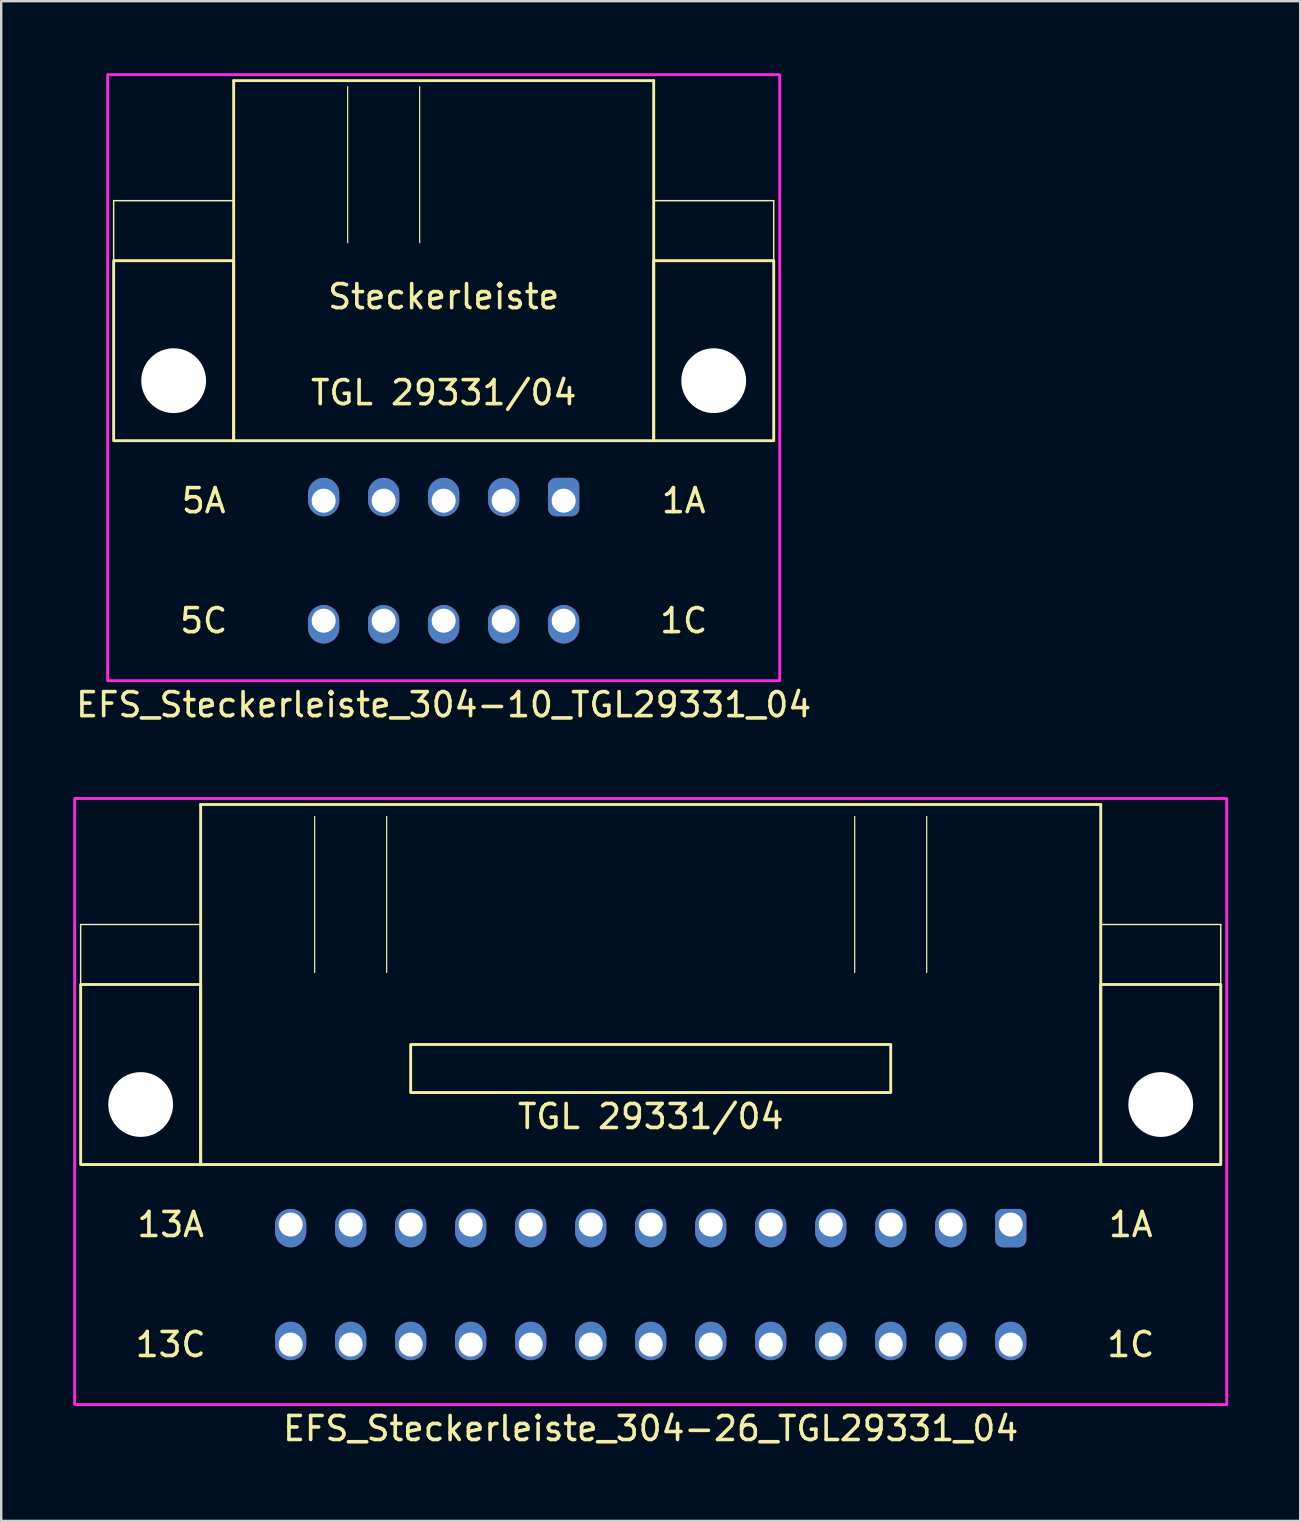
<source format=kicad_pcb>
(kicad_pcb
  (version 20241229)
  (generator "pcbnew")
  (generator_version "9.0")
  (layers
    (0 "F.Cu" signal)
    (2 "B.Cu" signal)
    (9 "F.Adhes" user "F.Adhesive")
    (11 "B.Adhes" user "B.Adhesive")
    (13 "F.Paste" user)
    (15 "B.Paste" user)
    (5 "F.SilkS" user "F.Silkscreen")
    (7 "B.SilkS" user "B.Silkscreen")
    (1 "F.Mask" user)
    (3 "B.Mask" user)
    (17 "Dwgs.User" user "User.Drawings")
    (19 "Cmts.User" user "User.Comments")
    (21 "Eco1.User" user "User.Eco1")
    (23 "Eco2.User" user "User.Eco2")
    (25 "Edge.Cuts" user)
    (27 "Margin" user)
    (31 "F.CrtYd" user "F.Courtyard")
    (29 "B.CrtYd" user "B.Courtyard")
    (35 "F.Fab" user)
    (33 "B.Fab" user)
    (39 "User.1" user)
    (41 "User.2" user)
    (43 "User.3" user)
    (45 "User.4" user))
  (footprint "EFS_Steckerleiste_304-10_TGL29331_04"
    (layer "F.Cu")
    (at 15.435 5.31)
    (property "Reference" "EFS_Steckerleiste_304-10_TGL29331_04" (at 0 21 180) (layer "F.SilkS") (effects (font (size 1 1) (thickness 0.15))))
    (attr through_hole)
    (fp_line (start -13.75 0) (end -13.75 2.5) (stroke (width 0.06) (type solid)) (layer "F.SilkS"))
    (fp_line (start -8.75 -5) (end -8.75 10) (stroke (width 0.12) (type solid)) (layer "F.SilkS"))
    (fp_line (start -8.75 -5) (end 8.75 -5) (stroke (width 0.12) (type solid)) (layer "F.SilkS"))
    (fp_line (start -8.75 0) (end -13.75 0) (stroke (width 0.06) (type solid)) (layer "F.SilkS"))
    (fp_line (start -8.75 10) (end 8.75 10) (stroke (width 0.12) (type solid)) (layer "F.SilkS"))
    (fp_line (start -4 -4.75) (end -4 1.75) (stroke (width 0.05) (type solid)) (layer "F.SilkS"))
    (fp_line (start -1 -4.75) (end -1 1.75) (stroke (width 0.05) (type solid)) (layer "F.SilkS"))
    (fp_line (start 8.75 10) (end 8.75 -5) (stroke (width 0.12) (type solid)) (layer "F.SilkS"))
    (fp_line (start 13.75 0) (end 8.75 0) (stroke (width 0.06) (type solid)) (layer "F.SilkS"))
    (fp_line (start 13.75 0) (end 13.75 2.5) (stroke (width 0.06) (type solid)) (layer "F.SilkS"))
    (fp_rect (start -8.75 10) (end -13.75 2.5) (stroke (width 0.12) (type solid)) (fill no) (layer "F.SilkS"))
    (fp_rect (start 13.75 10) (end 8.75 2.5) (stroke (width 0.12) (type solid)) (fill no) (layer "F.SilkS"))
    (fp_rect (start -14 -5.25) (end 14 20) (stroke (width 0.12) (type solid)) (fill no) (layer "F.CrtYd"))
    (fp_text user "1A" (at 10 12.5 0) (layer "F.SilkS") (effects (font (size 1 1) (thickness 0.15))))
    (fp_text user "Steckerleiste" (at 0 4 0) (unlocked yes) (layer "F.SilkS") (effects (font (size 1 1) (thickness 0.15))))
    (fp_text user "5C" (at -10 17.5 0) (layer "F.SilkS") (effects (font (size 1 1) (thickness 0.15))))
    (fp_text user "5A" (at -10 12.5 0) (layer "F.SilkS") (effects (font (size 1 1) (thickness 0.15))))
    (fp_text user "1C" (at 10 17.5 0) (layer "F.SilkS") (effects (font (size 1 1) (thickness 0.15))))
    (fp_text user "TGL 29331/04" (at 0 8 0) (unlocked yes) (layer "F.SilkS") (effects (font (size 1 1) (thickness 0.15))))
    (pad "" np_thru_hole circle (at -11.25 7.5) (size 2.7 2.7) (drill 2.7) (layers "*.Cu" "*.Mask"))
    (pad "" np_thru_hole circle (at 11.25 7.5) (size 2.7 2.7) (drill 2.7) (layers "*.Cu" "*.Mask"))
    (pad "1a" thru_hole roundrect (at 5 12.5) (size 1.3 1.6) (drill 1 (offset 0 -0.15)) (layers "*.Cu" "*.Mask") (roundrect_rratio 0.25))
    (pad "1c" thru_hole oval (at 5 17.5) (size 1.3 1.6) (drill 1 (offset 0 0.15)) (layers "*.Cu" "*.Mask"))
    (pad "2a" thru_hole oval (at 2.5 12.5) (size 1.3 1.6) (drill 1 (offset 0 -0.15)) (layers "*.Cu" "*.Mask"))
    (pad "2c" thru_hole oval (at 2.5 17.5) (size 1.3 1.6) (drill 1 (offset 0 0.15)) (layers "*.Cu" "*.Mask"))
    (pad "3a" thru_hole oval (at 0 12.5) (size 1.3 1.6) (drill 1 (offset 0 -0.15)) (layers "*.Cu" "*.Mask"))
    (pad "3c" thru_hole oval (at 0 17.5) (size 1.3 1.6) (drill 1 (offset 0 0.15)) (layers "*.Cu" "*.Mask"))
    (pad "4a" thru_hole oval (at -2.5 12.5) (size 1.3 1.6) (drill 1 (offset 0 -0.15)) (layers "*.Cu" "*.Mask"))
    (pad "4c" thru_hole oval (at -2.5 17.5) (size 1.3 1.6) (drill 1 (offset 0 0.15)) (layers "*.Cu" "*.Mask"))
    (pad "5a" thru_hole oval (at -5 12.5) (size 1.3 1.6) (drill 1 (offset 0 -0.15)) (layers "*.Cu" "*.Mask"))
    (pad "5c" thru_hole oval (at -5 17.5) (size 1.3 1.6) (drill 1 (offset 0 0.15)) (layers "*.Cu" "*.Mask")))
  (footprint "EFS_Steckerleiste_304-26_TGL29331_04"
    (layer "F.Cu")
    (at 24.06 35.468)
    (property "Reference" "EFS_Steckerleiste_304-26_TGL29331_04" (at 0 21 180) (layer "F.SilkS") (effects (font (size 1 1) (thickness 0.15))))
    (attr through_hole)
    (fp_line (start -23.75 0) (end -23.75 2.5) (stroke (width 0.06) (type solid)) (layer "F.SilkS"))
    (fp_line (start -18.75 -5) (end -18.75 10) (stroke (width 0.12) (type solid)) (layer "F.SilkS"))
    (fp_line (start -18.75 -5) (end 18.75 -5) (stroke (width 0.12) (type solid)) (layer "F.SilkS"))
    (fp_line (start -18.75 0) (end -23.75 0) (stroke (width 0.06) (type solid)) (layer "F.SilkS"))
    (fp_line (start -18.75 10) (end 18.75 10) (stroke (width 0.12) (type solid)) (layer "F.SilkS"))
    (fp_line (start -14 -4.5) (end -14 2) (stroke (width 0.05) (type solid)) (layer "F.SilkS"))
    (fp_line (start -11 -4.5) (end -11 2) (stroke (width 0.05) (type solid)) (layer "F.SilkS"))
    (fp_line (start 8.5 -4.5) (end 8.5 2) (stroke (width 0.05) (type solid)) (layer "F.SilkS"))
    (fp_line (start 11.5 -4.5) (end 11.5 2) (stroke (width 0.05) (type solid)) (layer "F.SilkS"))
    (fp_line (start 18.75 10) (end 18.75 -5) (stroke (width 0.12) (type solid)) (layer "F.SilkS"))
    (fp_line (start 23.75 0) (end 18.75 0) (stroke (width 0.06) (type solid)) (layer "F.SilkS"))
    (fp_line (start 23.75 0) (end 23.75 2.5) (stroke (width 0.06) (type solid)) (layer "F.SilkS"))
    (fp_rect (start -18.75 10) (end -23.75 2.5) (stroke (width 0.12) (type solid)) (fill no) (layer "F.SilkS"))
    (fp_rect (start -10 7) (end 10 5) (stroke (width 0.12) (type solid)) (fill no) (layer "F.SilkS"))
    (fp_rect (start 23.75 10) (end 18.75 2.5) (stroke (width 0.12) (type solid)) (fill no) (layer "F.SilkS"))
    (fp_rect (start -24 -5.25) (end 24 20) (stroke (width 0.12) (type solid)) (fill no) (layer "F.CrtYd"))
    (fp_text user "TGL 29331/04" (at 0 8 0) (unlocked yes) (layer "F.SilkS") (effects (font (size 1 1) (thickness 0.15))))
    (fp_text user "1A" (at 20 12.5 0) (layer "F.SilkS") (effects (font (size 1 1) (thickness 0.15))))
    (fp_text user "13A" (at -20 12.5 0) (layer "F.SilkS") (effects (font (size 1 1) (thickness 0.15))))
    (fp_text user "1C" (at 20 17.5 0) (layer "F.SilkS") (effects (font (size 1 1) (thickness 0.15))))
    (fp_text user "13C" (at -20 17.5 0) (layer "F.SilkS") (effects (font (size 1 1) (thickness 0.15))))
    (pad "" np_thru_hole circle (at -21.25 7.5) (size 2.7 2.7) (drill 2.7) (layers "*.Cu" "*.Mask"))
    (pad "" np_thru_hole circle (at 21.25 7.5) (size 2.7 2.7) (drill 2.7) (layers "*.Cu" "*.Mask"))
    (pad "1a" thru_hole roundrect (at 15 12.5 180) (size 1.3 1.6) (drill 1 (offset 0 -0.15)) (layers "*.Cu" "*.Mask") (roundrect_rratio 0.25))
    (pad "1c" thru_hole oval (at 15 17.5 180) (size 1.3 1.6) (drill 1 (offset 0 0.15)) (layers "*.Cu" "*.Mask"))
    (pad "2a" thru_hole oval (at 12.5 12.5 180) (size 1.3 1.6) (drill 1 (offset 0 -0.15)) (layers "*.Cu" "*.Mask"))
    (pad "2c" thru_hole oval (at 12.5 17.5 180) (size 1.3 1.6) (drill 1 (offset 0 0.15)) (layers "*.Cu" "*.Mask"))
    (pad "3a" thru_hole oval (at 10 12.5 180) (size 1.3 1.6) (drill 1 (offset 0 -0.15)) (layers "*.Cu" "*.Mask"))
    (pad "3c" thru_hole oval (at 10 17.5 180) (size 1.3 1.6) (drill 1 (offset 0 0.15)) (layers "*.Cu" "*.Mask"))
    (pad "4a" thru_hole oval (at 7.5 12.5 180) (size 1.3 1.6) (drill 1 (offset 0 -0.15)) (layers "*.Cu" "*.Mask"))
    (pad "4c" thru_hole oval (at 7.5 17.5 180) (size 1.3 1.6) (drill 1 (offset 0 0.15)) (layers "*.Cu" "*.Mask"))
    (pad "5a" thru_hole oval (at 5 12.5 180) (size 1.3 1.6) (drill 1 (offset 0 -0.15)) (layers "*.Cu" "*.Mask"))
    (pad "5c" thru_hole oval (at 5 17.5 180) (size 1.3 1.6) (drill 1 (offset 0 0.15)) (layers "*.Cu" "*.Mask"))
    (pad "6a" thru_hole oval (at 2.5 12.5 180) (size 1.3 1.6) (drill 1 (offset 0 -0.15)) (layers "*.Cu" "*.Mask"))
    (pad "6c" thru_hole oval (at 2.5 17.5 180) (size 1.3 1.6) (drill 1 (offset 0 0.15)) (layers "*.Cu" "*.Mask"))
    (pad "7a" thru_hole oval (at 0 12.5 180) (size 1.3 1.6) (drill 1 (offset 0 -0.15)) (layers "*.Cu" "*.Mask"))
    (pad "7c" thru_hole oval (at 0 17.5 180) (size 1.3 1.6) (drill 1 (offset 0 0.15)) (layers "*.Cu" "*.Mask"))
    (pad "8a" thru_hole oval (at -2.5 12.5 180) (size 1.3 1.6) (drill 1 (offset 0 -0.15)) (layers "*.Cu" "*.Mask"))
    (pad "8c" thru_hole oval (at -2.5 17.5 180) (size 1.3 1.6) (drill 1 (offset 0 0.15)) (layers "*.Cu" "*.Mask"))
    (pad "9a" thru_hole oval (at -5 12.5 180) (size 1.3 1.6) (drill 1 (offset 0 -0.15)) (layers "*.Cu" "*.Mask"))
    (pad "9c" thru_hole oval (at -5 17.5 180) (size 1.3 1.6) (drill 1 (offset 0 0.15)) (layers "*.Cu" "*.Mask"))
    (pad "10a" thru_hole oval (at -7.5 12.5 180) (size 1.3 1.6) (drill 1 (offset 0 -0.15)) (layers "*.Cu" "*.Mask"))
    (pad "10c" thru_hole oval (at -7.5 17.5 180) (size 1.3 1.6) (drill 1 (offset 0 0.15)) (layers "*.Cu" "*.Mask"))
    (pad "11a" thru_hole oval (at -10 12.5 180) (size 1.3 1.6) (drill 1 (offset 0 -0.15)) (layers "*.Cu" "*.Mask"))
    (pad "11c" thru_hole oval (at -10 17.5 180) (size 1.3 1.6) (drill 1 (offset 0 0.15)) (layers "*.Cu" "*.Mask"))
    (pad "12a" thru_hole oval (at -12.5 12.5 180) (size 1.3 1.6) (drill 1 (offset 0 -0.15)) (layers "*.Cu" "*.Mask"))
    (pad "12c" thru_hole oval (at -12.5 17.5 180) (size 1.3 1.6) (drill 1 (offset 0 0.15)) (layers "*.Cu" "*.Mask"))
    (pad "13a" thru_hole oval (at -15 12.5 180) (size 1.3 1.6) (drill 1 (offset 0 -0.15)) (layers "*.Cu" "*.Mask"))
    (pad "13c" thru_hole oval (at -15 17.5 180) (size 1.3 1.6) (drill 1 (offset 0 0.15)) (layers "*.Cu" "*.Mask")))
  (gr_rect
    (start -3 -3)
    (end 51.12 60.316)
    (stroke (width 0.1) (type default))
    (fill no)
    (layer "Edge.Cuts")))
</source>
